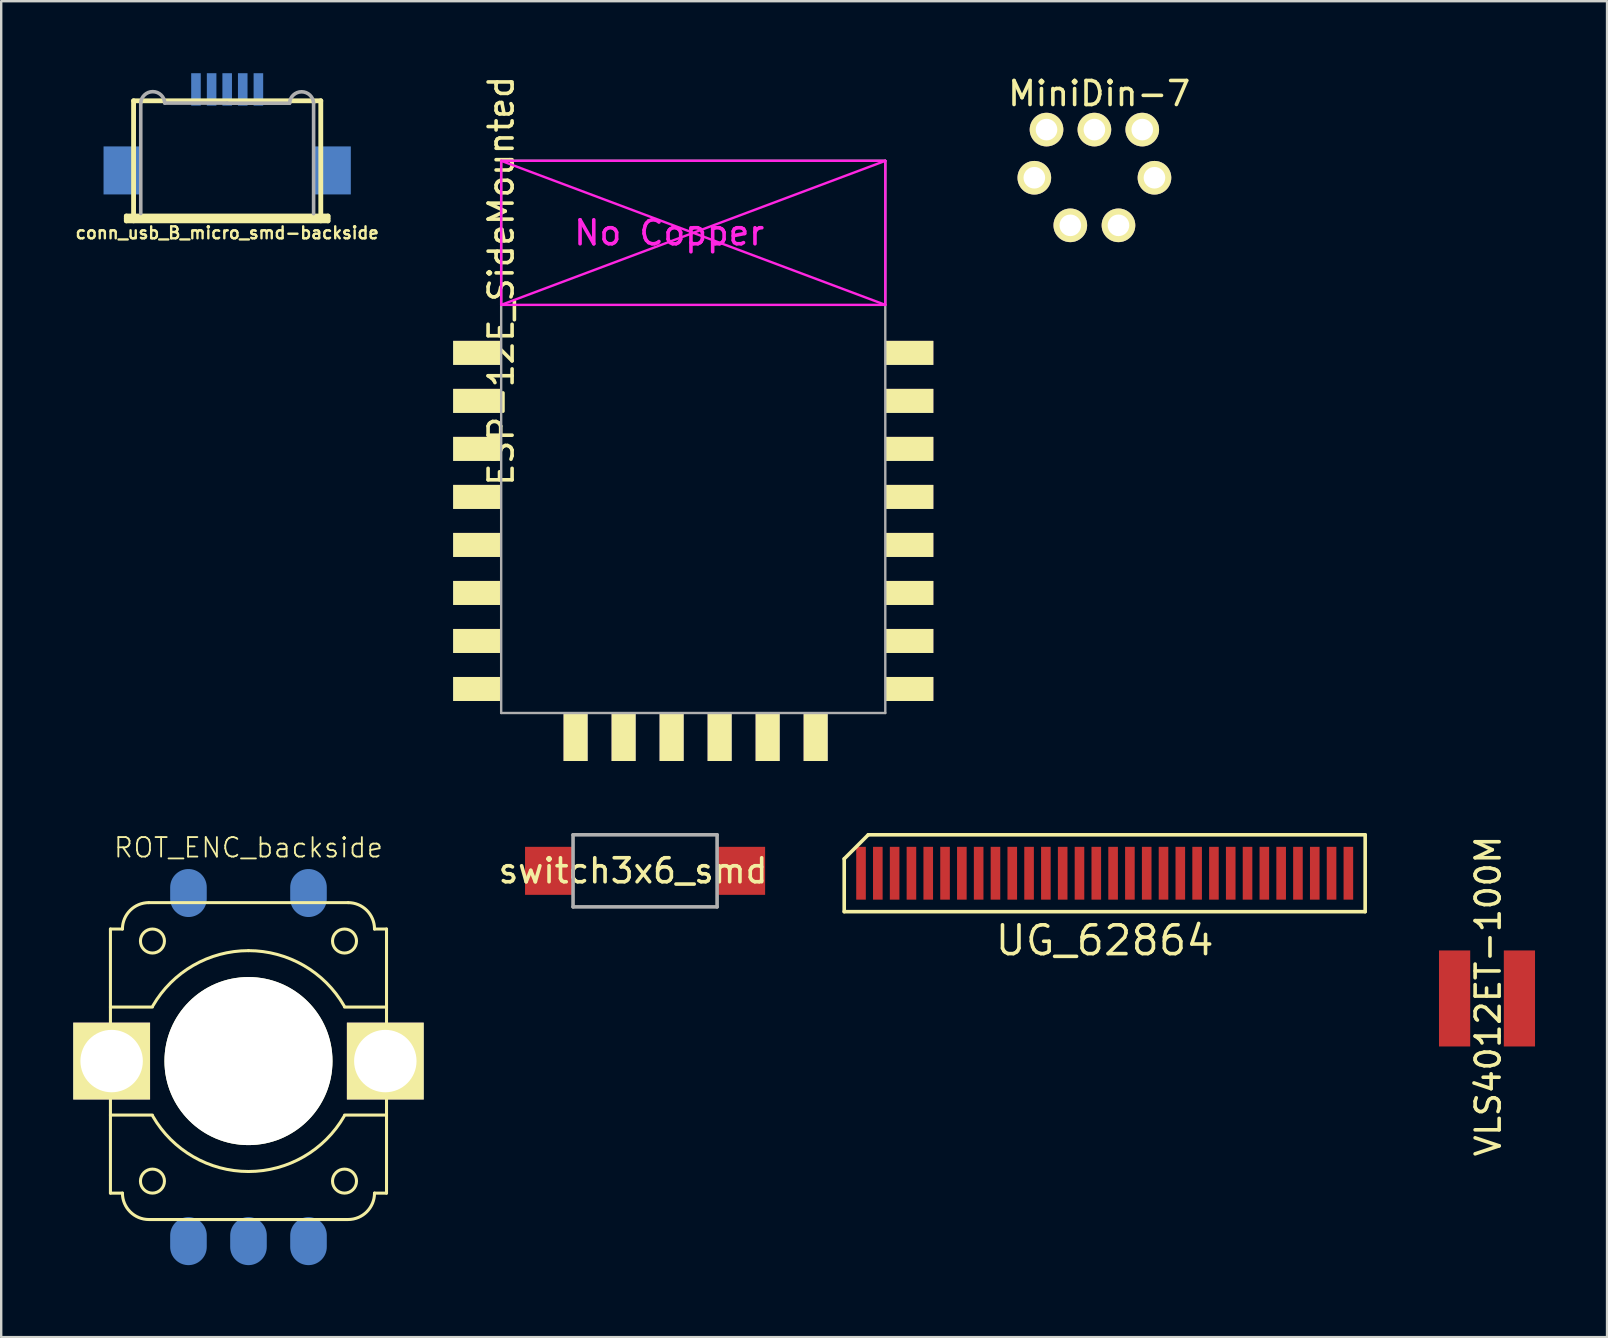
<source format=kicad_pcb>
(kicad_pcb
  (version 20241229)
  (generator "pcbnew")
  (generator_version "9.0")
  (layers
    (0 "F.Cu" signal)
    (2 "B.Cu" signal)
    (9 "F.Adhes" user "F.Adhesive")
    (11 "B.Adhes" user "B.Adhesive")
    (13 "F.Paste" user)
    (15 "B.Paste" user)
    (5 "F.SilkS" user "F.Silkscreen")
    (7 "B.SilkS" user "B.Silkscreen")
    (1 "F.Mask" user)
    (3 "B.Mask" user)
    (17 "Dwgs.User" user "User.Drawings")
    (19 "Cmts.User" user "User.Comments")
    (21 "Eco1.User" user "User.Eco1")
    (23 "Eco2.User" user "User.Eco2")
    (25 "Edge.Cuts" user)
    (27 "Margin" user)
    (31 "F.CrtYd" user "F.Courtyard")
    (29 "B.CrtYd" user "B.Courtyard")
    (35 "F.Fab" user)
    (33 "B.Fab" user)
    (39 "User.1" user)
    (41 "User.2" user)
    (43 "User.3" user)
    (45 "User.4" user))
  (footprint "MiniDin-7"
    (layer "F.Cu")
    (at 42.536 3.948)
    (property "Reference" "MiniDin-7" (at 0.2 -3.1 0) (layer "F.SilkS") (effects (font (size 1 1) (thickness 0.15))))
    (attr through_hole)
    (pad "1" thru_hole oval (at 1.003 2.388) (size 1.4 1.4) (drill oval 0.9) (layers "*.Cu" "*.Mask" "F.SilkS"))
    (pad "2" thru_hole oval (at -1.003 2.388) (size 1.4 1.4) (drill oval 0.9) (layers "*.Cu" "*.Mask" "F.SilkS"))
    (pad "3" thru_hole oval (at 2.502 0.406) (size 1.4 1.4) (drill oval 0.9) (layers "*.Cu" "*.Mask" "F.SilkS"))
    (pad "4" thru_hole oval (at -2.502 0.406) (size 1.4 1.4) (drill oval 0.9) (layers "*.Cu" "*.Mask" "F.SilkS"))
    (pad "5" thru_hole oval (at 1.994 -1.6) (size 1.4 1.4) (drill oval 0.9) (layers "*.Cu" "*.Mask" "F.SilkS"))
    (pad "6" thru_hole oval (at 0 -1.6) (size 1.4 1.4) (drill oval 0.9) (layers "*.Cu" "*.Mask" "F.SilkS"))
    (pad "7" thru_hole oval (at -1.994 -1.6) (size 1.4 1.4) (drill oval 0.9) (layers "*.Cu" "*.Mask" "F.SilkS")))
  (footprint "switch3x6_smd"
    (layer "F.Cu")
    (at 23.82 33.224)
    (property "Reference" "switch3x6_smd" (at -0.5 0 0) (layer "F.SilkS") (effects (font (size 1 1) (thickness 0.15))))
    (attr through_hole)
    (fp_line (start -3 -1.5) (end 3 -1.5) (stroke (width 0.15) (type solid)) (layer "F.Fab"))
    (fp_line (start -3 1.5) (end -3 -1.5) (stroke (width 0.15) (type solid)) (layer "F.Fab"))
    (fp_line (start 3 -1.5) (end 3 1.5) (stroke (width 0.15) (type solid)) (layer "F.Fab"))
    (fp_line (start 3 1.5) (end -3 1.5) (stroke (width 0.15) (type solid)) (layer "F.Fab"))
    (pad "1" smd rect (at -4 0) (size 2 2) (layers "F.Cu" "F.Mask" "F.Paste"))
    (pad "2" smd rect (at 4 0) (size 2 2) (layers "F.Cu" "F.Mask" "F.Paste")))
  (footprint "VLS4012ET-100M"
    (layer "F.Cu")
    (at 58.89 38.54)
    (property "Reference" "VLS4012ET-100M" (at 0.05 -0.1 90) (layer "F.SilkS") (effects (font (size 1 1) (thickness 0.15))))
    (attr through_hole)
    (pad "1" smd rect (at -1.35 0 90) (size 4 1.3) (layers "F.Cu" "F.Mask" "F.Paste"))
    (pad "2" smd rect (at 1.35 0 90) (size 4 1.3) (layers "F.Cu" "F.Mask" "F.Paste")))
  (footprint "conn_usb_B_micro_smd-backside"
    (layer "F.Cu")
    (at 6.413 4.049)
    (property "Reference" "conn_usb_B_micro_smd-backside" (at 0 2.601 0) (layer "F.SilkS") (effects (font (size 0.5 0.5) (thickness 0.099))))
    (attr through_hole)
    (fp_line (start -4.201 1.9) (end -4.201 2.101) (stroke (width 0.201) (type solid)) (layer "F.SilkS"))
    (fp_line (start -4.201 1.999) (end 4.201 1.999) (stroke (width 0.201) (type solid)) (layer "F.SilkS"))
    (fp_line (start -4.201 2.101) (end 4.201 2.101) (stroke (width 0.201) (type solid)) (layer "F.SilkS"))
    (fp_line (start -3.899 -2.901) (end 3.899 -2.901) (stroke (width 0.201) (type solid)) (layer "F.SilkS"))
    (fp_line (start -3.899 2.101) (end -3.899 -2.901) (stroke (width 0.201) (type solid)) (layer "F.SilkS"))
    (fp_line (start 3.899 -2.901) (end 3.899 2.101) (stroke (width 0.201) (type solid)) (layer "F.SilkS"))
    (fp_line (start 4.201 1.9) (end -4.201 1.9) (stroke (width 0.201) (type solid)) (layer "F.SilkS"))
    (fp_line (start 4.201 2.101) (end 4.201 1.9) (stroke (width 0.201) (type solid)) (layer "F.SilkS"))
    (fp_line (start -3.6 -2.78) (end -3.6 1.795) (stroke (width 0.15) (type solid)) (layer "F.Fab"))
    (fp_line (start -2.6 -2.805) (end 0 -2.805) (stroke (width 0.15) (type solid)) (layer "F.Fab"))
    (fp_line (start 2.6 -2.8) (end 0 -2.8) (stroke (width 0.15) (type solid)) (layer "F.Fab"))
    (fp_line (start 3.6 -2.775) (end 3.6 1.8) (stroke (width 0.15) (type solid)) (layer "F.Fab"))
    (fp_arc (start -3.600011 -2.805145) (mid -3.100109 -3.280987) (end -2.6 -2.805362) (stroke (width 0.15) (type solid)) (layer "F.Fab"))
    (fp_arc (start 2.6 -2.8) (mid 3.1 -3.275625) (end 3.6 -2.8) (stroke (width 0.15) (type solid)) (layer "F.Fab"))
    (pad "1" smd rect (at -1.3 -3.375) (size 0.399 1.349) (layers "B.Cu" "B.Mask" "B.Paste"))
    (pad "2" smd rect (at -0.648 -3.375) (size 0.399 1.349) (layers "B.Cu" "B.Mask" "B.Paste"))
    (pad "3" smd rect (at 0 -3.375) (size 0.399 1.349) (layers "B.Cu" "B.Mask" "B.Paste"))
    (pad "4" smd rect (at 0.648 -3.375) (size 0.399 1.349) (layers "B.Cu" "B.Mask" "B.Paste"))
    (pad "5" smd rect (at 1.3 -3.375) (size 0.399 1.349) (layers "B.Cu" "B.Mask" "B.Paste"))
    (pad "6" smd rect (at -4.4 0) (size 1.5 2) (layers "B.Cu" "B.Mask" "B.Paste"))
    (pad "6" smd rect (at 4.4 0) (size 1.5 2) (layers "B.Cu" "B.Mask" "B.Paste")))
  (footprint "ROT_ENC_backside"
    (layer "F.Cu")
    (at 7.3 41.148)
    (property "Reference" "ROT_ENC_backside" (at 0 -8.89 0) (layer "F.SilkS") (effects (font (size 0.813 0.813) (thickness 0.076))))
    (attr through_hole)
    (fp_line (start -5.75 -5.5) (end -5.75 5.5) (stroke (width 0.127) (type solid)) (layer "F.SilkS"))
    (fp_line (start -5.75 -5.5) (end -5.25 -5.5) (stroke (width 0.127) (type solid)) (layer "F.SilkS"))
    (fp_line (start -5.75 -2.25) (end -4 -2.25) (stroke (width 0.127) (type solid)) (layer "F.SilkS"))
    (fp_line (start -5.75 2.25) (end -4 2.25) (stroke (width 0.127) (type solid)) (layer "F.SilkS"))
    (fp_line (start -5.75 5.5) (end -5.25 5.5) (stroke (width 0.127) (type solid)) (layer "F.SilkS"))
    (fp_line (start -4.15 -6.6) (end 4.15 -6.6) (stroke (width 0.127) (type solid)) (layer "F.SilkS"))
    (fp_line (start -4.15 6.6) (end 4.15 6.6) (stroke (width 0.127) (type solid)) (layer "F.SilkS"))
    (fp_line (start -2.3 1) (end 2.3 1) (stroke (width 0.127) (type solid)) (layer "F.SilkS"))
    (fp_line (start 5.75 -5.5) (end 5.25 -5.5) (stroke (width 0.127) (type solid)) (layer "F.SilkS"))
    (fp_line (start 5.75 -5.5) (end 5.75 5.5) (stroke (width 0.127) (type solid)) (layer "F.SilkS"))
    (fp_line (start 5.75 -2.25) (end 4 -2.25) (stroke (width 0.127) (type solid)) (layer "F.SilkS"))
    (fp_line (start 5.75 2.25) (end 4 2.25) (stroke (width 0.127) (type solid)) (layer "F.SilkS"))
    (fp_line (start 5.75 5.5) (end 5.25 5.5) (stroke (width 0.127) (type solid)) (layer "F.SilkS"))
    (fp_arc (start -5.25 -5.5) (mid -4.927817 -6.277817) (end -4.15 -6.6) (stroke (width 0.127) (type solid)) (layer "F.SilkS"))
    (fp_arc (start -4.15 6.6) (mid -4.927817 6.277817) (end -5.25 5.5) (stroke (width 0.127) (type solid)) (layer "F.SilkS"))
    (fp_arc (start -3.983717 -2.3) (mid -2.3 -3.983717) (end 0 -4.6) (stroke (width 0.127) (type solid)) (layer "F.SilkS"))
    (fp_arc (start -1.8 1) (mid -1.766025 -1.058846) (end 0.033975 -2.058846) (stroke (width 0.127) (type solid)) (layer "F.SilkS"))
    (fp_arc (start -0.033975 -2.058846) (mid 1.766026 -1.058846) (end 1.8 1) (stroke (width 0.127) (type solid)) (layer "F.SilkS"))
    (fp_arc (start 0 -4.6) (mid 2.3 -3.983717) (end 3.983717 -2.3) (stroke (width 0.127) (type solid)) (layer "F.SilkS"))
    (fp_arc (start 0 4.6) (mid -2.3 3.983717) (end -3.983717 2.3) (stroke (width 0.127) (type solid)) (layer "F.SilkS"))
    (fp_arc (start 3.983717 2.3) (mid 2.3 3.983717) (end 0 4.6) (stroke (width 0.127) (type solid)) (layer "F.SilkS"))
    (fp_arc (start 4.15 -6.6) (mid 4.927817 -6.277817) (end 5.25 -5.5) (stroke (width 0.127) (type solid)) (layer "F.SilkS"))
    (fp_arc (start 5.25 5.5) (mid 4.927817 6.277817) (end 4.15 6.6) (stroke (width 0.127) (type solid)) (layer "F.SilkS"))
    (fp_circle (center -4 -5) (end -4 -5.5) (stroke (width 0.127) (type solid)) (fill no) (layer "F.SilkS"))
    (fp_circle (center -4 5) (end -4 4.5) (stroke (width 0.127) (type solid)) (fill no) (layer "F.SilkS"))
    (fp_circle (center 0 0) (end 0 -3) (stroke (width 0.127) (type solid)) (fill no) (layer "F.SilkS"))
    (fp_circle (center 0 0) (end 0 -2.5) (stroke (width 0.127) (type solid)) (fill no) (layer "F.SilkS"))
    (fp_circle (center 4 -5) (end 4 -5.5) (stroke (width 0.127) (type solid)) (fill no) (layer "F.SilkS"))
    (fp_circle (center 4 5) (end 4 4.5) (stroke (width 0.127) (type solid)) (fill no) (layer "F.SilkS"))
    (pad "" np_thru_hole circle (at 0 0) (size 7 7) (drill 7) (layers "*.Cu" "*.Mask" "F.SilkS"))
    (pad "1" smd oval (at -2.5 7.5) (size 1.524 2) (layers "B.Cu" "B.Mask" "B.Paste"))
    (pad "2" smd oval (at 0 7.5) (size 1.524 2) (layers "B.Cu" "B.Mask" "B.Paste"))
    (pad "3" smd oval (at 2.5 7.5) (size 1.524 2) (layers "B.Cu" "B.Mask" "B.Paste"))
    (pad "4" smd oval (at 2.5 -7) (size 1.524 2) (layers "B.Cu" "B.Mask" "B.Paste"))
    (pad "6" smd oval (at -2.5 -7) (size 1.524 2) (layers "B.Cu" "B.Mask" "B.Paste"))
    (pad "7" thru_hole rect (at -5.7 0) (size 3.2 3.2) (drill 2.6) (layers "*.Cu" "*.Mask" "F.SilkS"))
    (pad "7" thru_hole rect (at 5.7 0) (size 3.2 3.2) (drill 2.6) (layers "*.Cu" "*.Mask" "F.SilkS")))
  (footprint "ESP-12E_SideMounted"
    (layer "F.Cu")
    (at 17.826 11.649)
    (property "Reference" "ESP-12E_SideMounted" (at 0 -3 90) (layer "F.SilkS") (effects (font (size 1 1) (thickness 0.15))))
    (attr through_hole)
    (fp_line (start 0 -8) (end 0 -2) (stroke (width 0.1) (type solid)) (layer "F.CrtYd"))
    (fp_line (start 0 -8) (end 16 -2) (stroke (width 0.1) (type solid)) (layer "F.CrtYd"))
    (fp_line (start 0 -2) (end 16 -2) (stroke (width 0.1) (type solid)) (layer "F.CrtYd"))
    (fp_line (start 16 -8) (end 0 -8) (stroke (width 0.1) (type solid)) (layer "F.CrtYd"))
    (fp_line (start 16 -8) (end 0 -2) (stroke (width 0.1) (type solid)) (layer "F.CrtYd"))
    (fp_line (start 16 -2) (end 16 -8) (stroke (width 0.1) (type solid)) (layer "F.CrtYd"))
    (fp_line (start 0 -8) (end 16 -8) (stroke (width 0.1) (type solid)) (layer "F.Fab"))
    (fp_line (start 0 15) (end 0 -8) (stroke (width 0.1) (type solid)) (layer "F.Fab"))
    (fp_line (start 16 -8) (end 16 15) (stroke (width 0.1) (type solid)) (layer "F.Fab"))
    (fp_line (start 16 15) (end 0 15) (stroke (width 0.1) (type solid)) (layer "F.Fab"))
    (fp_text user "No Copper" (at 7 -5 0) (layer "F.CrtYd") (effects (font (size 1 1) (thickness 0.15))))
    (pad "1" thru_hole rect (at -1 0) (size 2 1) (drill 0.000001) (layers "*.Cu" "*.Mask" "F.SilkS"))
    (pad "2" thru_hole rect (at -1 2) (size 2 1) (drill 0.000001) (layers "*.Cu" "*.Mask" "F.SilkS"))
    (pad "3" thru_hole rect (at -1 4) (size 2 1) (drill 0.000001) (layers "*.Cu" "*.Mask" "F.SilkS"))
    (pad "4" thru_hole rect (at -1 6) (size 2 1) (drill 0.000001) (layers "*.Cu" "*.Mask" "F.SilkS"))
    (pad "5" thru_hole rect (at -1 8) (size 2 1) (drill 0.000001) (layers "*.Cu" "*.Mask" "F.SilkS"))
    (pad "6" thru_hole rect (at -1 10) (size 2 1) (drill 0.000001) (layers "*.Cu" "*.Mask" "F.SilkS"))
    (pad "7" thru_hole rect (at -1 12) (size 2 1) (drill 0.000001) (layers "*.Cu" "*.Mask" "F.SilkS"))
    (pad "8" thru_hole rect (at -1 14) (size 2 1) (drill 0.000001) (layers "*.Cu" "*.Mask" "F.SilkS"))
    (pad "9" thru_hole rect (at 3.1 16) (size 1 2) (drill 0.000001) (layers "*.Cu" "*.Mask" "F.SilkS"))
    (pad "10" thru_hole rect (at 5.1 16) (size 1 2) (drill 0.000001) (layers "*.Cu" "*.Mask" "F.SilkS"))
    (pad "11" thru_hole rect (at 7.1 16) (size 1 2) (drill 0.000001) (layers "*.Cu" "*.Mask" "F.SilkS"))
    (pad "12" thru_hole rect (at 9.1 16) (size 1 2) (drill 0.000001) (layers "*.Cu" "*.Mask" "F.SilkS"))
    (pad "13" thru_hole rect (at 11.1 16) (size 1 2) (drill 0.000001) (layers "*.Cu" "*.Mask" "F.SilkS"))
    (pad "14" thru_hole rect (at 13.1 16) (size 1 2) (drill 0.000001) (layers "*.Cu" "*.Mask" "F.SilkS"))
    (pad "15" thru_hole rect (at 17 14) (size 2 1) (drill 0.000001) (layers "*.Cu" "*.Mask" "F.SilkS"))
    (pad "16" thru_hole rect (at 17 12) (size 2 1) (drill 0.000001) (layers "*.Cu" "*.Mask" "F.SilkS"))
    (pad "17" thru_hole rect (at 17 10) (size 2 1) (drill 0.000001) (layers "*.Cu" "*.Mask" "F.SilkS"))
    (pad "18" thru_hole rect (at 17 8) (size 2 1) (drill 0.000001) (layers "*.Cu" "*.Mask" "F.SilkS"))
    (pad "19" thru_hole rect (at 17 6) (size 2 1) (drill 0.000001) (layers "*.Cu" "*.Mask" "F.SilkS"))
    (pad "20" thru_hole rect (at 17 4) (size 2 1) (drill 0.000001) (layers "*.Cu" "*.Mask" "F.SilkS"))
    (pad "21" thru_hole rect (at 17 2) (size 2 1) (drill 0.000001) (layers "*.Cu" "*.Mask" "F.SilkS"))
    (pad "22" thru_hole rect (at 17 0) (size 2 1) (drill 0.000001) (layers "*.Cu" "*.Mask" "F.SilkS")))
  (footprint "UG_62864"
    (layer "F.Cu")
    (at 42.965 33.324)
    (property "Reference" "UG_62864" (at 0 2.8 0) (layer "F.SilkS") (effects (font (size 1.2 1.2) (thickness 0.15))))
    (attr through_hole)
    (fp_line (start -10.85 -0.6) (end -10.85 1.6) (stroke (width 0.15) (type solid)) (layer "F.SilkS"))
    (fp_line (start -10.85 1.6) (end 10.85 1.6) (stroke (width 0.15) (type solid)) (layer "F.SilkS"))
    (fp_line (start -9.85 -1.6) (end -10.85 -0.6) (stroke (width 0.15) (type solid)) (layer "F.SilkS"))
    (fp_line (start 10.85 -1.6) (end -9.85 -1.6) (stroke (width 0.15) (type solid)) (layer "F.SilkS"))
    (fp_line (start 10.85 1.6) (end 10.85 -1.6) (stroke (width 0.15) (type solid)) (layer "F.SilkS"))
    (pad "1" smd rect (at -10.15 0) (size 0.4 2.2) (layers "F.Cu" "F.Mask" "F.Paste"))
    (pad "2" smd rect (at -9.45 0) (size 0.4 2.2) (layers "F.Cu" "F.Mask" "F.Paste"))
    (pad "3" smd rect (at -8.75 0) (size 0.4 2.2) (layers "F.Cu" "F.Mask" "F.Paste"))
    (pad "4" smd rect (at -8.05 0) (size 0.4 2.2) (layers "F.Cu" "F.Mask" "F.Paste"))
    (pad "5" smd rect (at -7.35 0) (size 0.4 2.2) (layers "F.Cu" "F.Mask" "F.Paste"))
    (pad "6" smd rect (at -6.65 0) (size 0.4 2.2) (layers "F.Cu" "F.Mask" "F.Paste"))
    (pad "7" smd rect (at -5.95 0) (size 0.4 2.2) (layers "F.Cu" "F.Mask" "F.Paste"))
    (pad "8" smd rect (at -5.25 0) (size 0.4 2.2) (layers "F.Cu" "F.Mask" "F.Paste"))
    (pad "9" smd rect (at -4.55 0) (size 0.4 2.2) (layers "F.Cu" "F.Mask" "F.Paste"))
    (pad "10" smd rect (at -3.85 0) (size 0.4 2.2) (layers "F.Cu" "F.Mask" "F.Paste"))
    (pad "11" smd rect (at -3.15 0) (size 0.4 2.2) (layers "F.Cu" "F.Mask" "F.Paste"))
    (pad "12" smd rect (at -2.45 0) (size 0.4 2.2) (layers "F.Cu" "F.Mask" "F.Paste"))
    (pad "13" smd rect (at -1.75 0) (size 0.4 2.2) (layers "F.Cu" "F.Mask" "F.Paste"))
    (pad "14" smd rect (at -1.05 0) (size 0.4 2.2) (layers "F.Cu" "F.Mask" "F.Paste"))
    (pad "15" smd rect (at -0.35 0) (size 0.4 2.2) (layers "F.Cu" "F.Mask" "F.Paste"))
    (pad "16" smd rect (at 0.35 0) (size 0.4 2.2) (layers "F.Cu" "F.Mask" "F.Paste"))
    (pad "17" smd rect (at 1.05 0) (size 0.4 2.2) (layers "F.Cu" "F.Mask" "F.Paste"))
    (pad "18" smd rect (at 1.75 0) (size 0.4 2.2) (layers "F.Cu" "F.Mask" "F.Paste"))
    (pad "19" smd rect (at 2.45 0) (size 0.4 2.2) (layers "F.Cu" "F.Mask" "F.Paste"))
    (pad "20" smd rect (at 3.15 0) (size 0.4 2.2) (layers "F.Cu" "F.Mask" "F.Paste"))
    (pad "21" smd rect (at 3.85 0) (size 0.4 2.2) (layers "F.Cu" "F.Mask" "F.Paste"))
    (pad "22" smd rect (at 4.55 0) (size 0.4 2.2) (layers "F.Cu" "F.Mask" "F.Paste"))
    (pad "23" smd rect (at 5.25 0) (size 0.4 2.2) (layers "F.Cu" "F.Mask" "F.Paste"))
    (pad "24" smd rect (at 5.95 0) (size 0.4 2.2) (layers "F.Cu" "F.Mask" "F.Paste"))
    (pad "25" smd rect (at 6.65 0) (size 0.4 2.2) (layers "F.Cu" "F.Mask" "F.Paste"))
    (pad "26" smd rect (at 7.35 0) (size 0.4 2.2) (layers "F.Cu" "F.Mask" "F.Paste"))
    (pad "27" smd rect (at 8.05 0) (size 0.4 2.2) (layers "F.Cu" "F.Mask" "F.Paste"))
    (pad "28" smd rect (at 8.75 0) (size 0.4 2.2) (layers "F.Cu" "F.Mask" "F.Paste"))
    (pad "29" smd rect (at 9.45 0) (size 0.4 2.2) (layers "F.Cu" "F.Mask" "F.Paste"))
    (pad "30" smd rect (at 10.15 0) (size 0.4 2.2) (layers "F.Cu" "F.Mask" "F.Paste")))
  (gr_rect
    (start -3 -3)
    (end 63.89 52.648)
    (stroke (width 0.1) (type default))
    (fill no)
    (layer "Edge.Cuts")))
</source>
